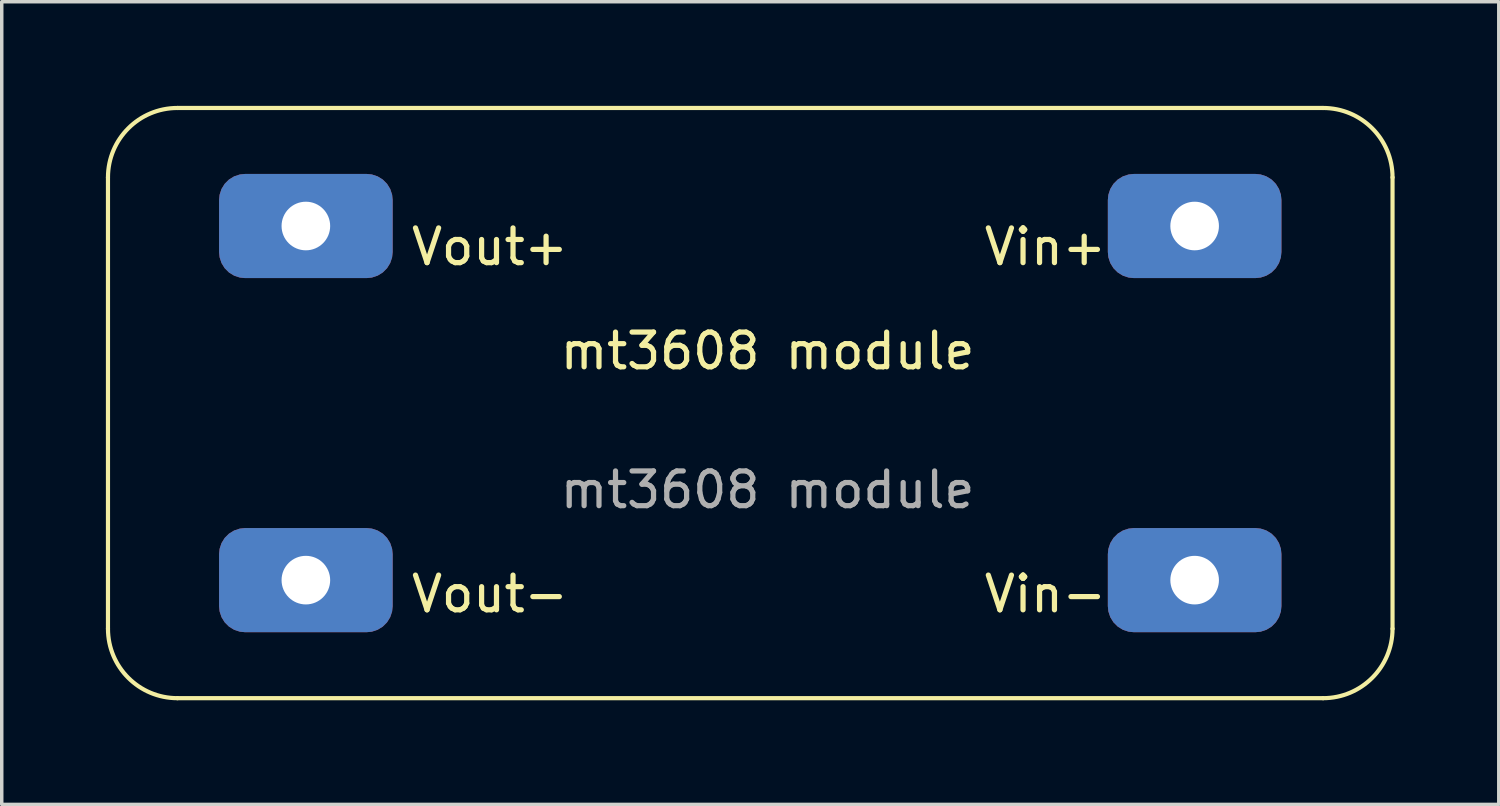
<source format=kicad_pcb>
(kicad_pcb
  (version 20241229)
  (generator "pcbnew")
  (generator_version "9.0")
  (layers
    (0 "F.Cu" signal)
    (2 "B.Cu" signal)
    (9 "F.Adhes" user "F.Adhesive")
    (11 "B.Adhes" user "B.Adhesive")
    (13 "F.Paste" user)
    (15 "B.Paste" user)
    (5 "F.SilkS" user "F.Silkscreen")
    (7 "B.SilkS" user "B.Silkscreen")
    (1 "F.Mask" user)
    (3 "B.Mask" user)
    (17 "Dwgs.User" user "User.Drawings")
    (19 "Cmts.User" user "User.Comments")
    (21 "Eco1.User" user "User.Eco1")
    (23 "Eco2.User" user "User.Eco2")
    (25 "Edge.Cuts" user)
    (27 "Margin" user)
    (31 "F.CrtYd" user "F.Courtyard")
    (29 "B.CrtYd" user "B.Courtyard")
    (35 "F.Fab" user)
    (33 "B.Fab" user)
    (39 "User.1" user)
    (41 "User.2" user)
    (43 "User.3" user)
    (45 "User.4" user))
  (footprint "mt3608 module"
    (layer "F.Cu")
    (at 18.56 8.56)
    (property "Reference" "mt3608 module" (at 0.5 -1.5 0) (unlocked yes) (layer "F.SilkS") (effects (font (size 1 1) (thickness 0.15))))
    (fp_line (start -18.5 -6.5) (end -18.5 6.5) (stroke (width 0.12) (type solid)) (layer "F.SilkS"))
    (fp_line (start -16.5 8.5) (end 16.5 8.5) (stroke (width 0.12) (type solid)) (layer "F.SilkS"))
    (fp_line (start 16.5 -8.5) (end -16.5 -8.5) (stroke (width 0.12) (type solid)) (layer "F.SilkS"))
    (fp_line (start 18.5 6.5) (end 18.5 -6.5) (stroke (width 0.12) (type solid)) (layer "F.SilkS"))
    (fp_arc (start -18.5 -6.5) (mid -17.914214 -7.914214) (end -16.5 -8.5) (stroke (width 0.12) (type solid)) (layer "F.SilkS"))
    (fp_arc (start -16.5 8.5) (mid -17.914214 7.914214) (end -18.5 6.5) (stroke (width 0.12) (type solid)) (layer "F.SilkS"))
    (fp_arc (start 16.5 -8.5) (mid 17.914214 -7.914214) (end 18.5 -6.5) (stroke (width 0.12) (type solid)) (layer "F.SilkS"))
    (fp_arc (start 18.5 6.5) (mid 17.914214 7.914214) (end 16.5 8.5) (stroke (width 0.12) (type solid)) (layer "F.SilkS"))
    (fp_text user "Vin-" (at 8.5 5.5 0) (unlocked yes) (layer "F.SilkS") (effects (font (size 1 1) (thickness 0.15))))
    (fp_text user "Vout+" (at -7.5 -4.5 0) (unlocked yes) (layer "F.SilkS") (effects (font (size 1 1) (thickness 0.15))))
    (fp_text user "Vout-" (at -7.5 5.5 0) (unlocked yes) (layer "F.SilkS") (effects (font (size 1 1) (thickness 0.15))))
    (fp_text user "Vin+" (at 8.5 -4.5 0) (unlocked yes) (layer "F.SilkS") (effects (font (size 1 1) (thickness 0.15))))
    (fp_text user "${REFERENCE}" (at 0.5 2.5 0) (unlocked yes) (layer "F.Fab") (effects (font (size 1 1) (thickness 0.15))))
    (pad "1" thru_hole roundrect (at 12.8 -5.1) (size 5 3) (drill 1.4) (layers "*.Cu" "*.Mask") (roundrect_rratio 0.25))
    (pad "2" thru_hole roundrect (at 12.8 5.1) (size 5 3) (drill 1.4) (layers "*.Cu" "*.Mask") (roundrect_rratio 0.25))
    (pad "3" thru_hole roundrect (at -12.8 -5.1) (size 5 3) (drill 1.4) (layers "*.Cu" "*.Mask") (roundrect_rratio 0.25))
    (pad "4" thru_hole roundrect (at -12.8 5.1) (size 5 3) (drill 1.4) (layers "*.Cu" "*.Mask") (roundrect_rratio 0.25)))
  (gr_rect
    (start -3 -3)
    (end 40.12 20.12)
    (stroke (width 0.1) (type default))
    (fill no)
    (layer "Edge.Cuts")))
</source>
